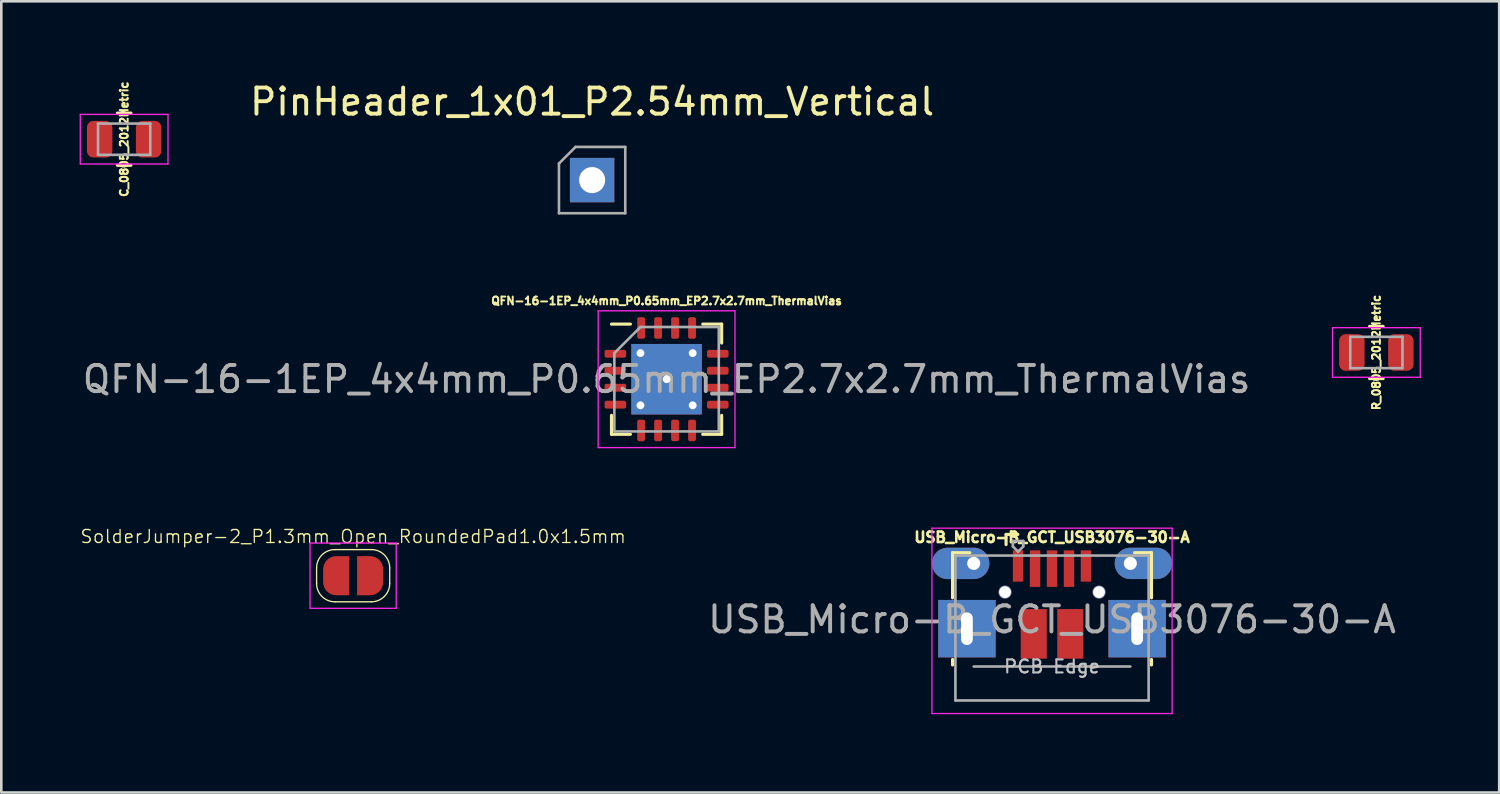
<source format=kicad_pcb>
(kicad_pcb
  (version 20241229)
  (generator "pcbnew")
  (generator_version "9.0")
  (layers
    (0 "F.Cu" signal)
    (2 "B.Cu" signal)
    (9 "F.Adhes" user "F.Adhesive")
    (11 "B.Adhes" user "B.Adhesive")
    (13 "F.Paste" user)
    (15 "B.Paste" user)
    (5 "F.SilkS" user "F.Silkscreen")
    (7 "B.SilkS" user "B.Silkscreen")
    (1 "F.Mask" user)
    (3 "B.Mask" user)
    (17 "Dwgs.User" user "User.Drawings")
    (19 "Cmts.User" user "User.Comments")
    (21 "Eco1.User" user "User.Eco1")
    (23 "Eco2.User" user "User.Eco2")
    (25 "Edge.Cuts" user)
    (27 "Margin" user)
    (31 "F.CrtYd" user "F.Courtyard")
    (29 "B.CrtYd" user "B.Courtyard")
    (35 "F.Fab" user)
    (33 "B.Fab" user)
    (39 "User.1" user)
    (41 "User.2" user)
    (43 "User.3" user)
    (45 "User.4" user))
  (footprint "PinHeader_1x01_P2.54mm_Vertical"
    (layer "F.Cu")
    (at 19.63 3.848)
    (property "Reference" "PinHeader_1x01_P2.54mm_Vertical" (at 0 -3 0) (layer "F.SilkS") (effects (font (size 1 1) (thickness 0.15))))
    (attr through_hole)
    (fp_line (start -1.27 -0.635) (end -0.635 -1.27) (stroke (width 0.1) (type solid)) (layer "F.Fab"))
    (fp_line (start -1.27 1.27) (end -1.27 -0.635) (stroke (width 0.1) (type solid)) (layer "F.Fab"))
    (fp_line (start -0.635 -1.27) (end 1.27 -1.27) (stroke (width 0.1) (type solid)) (layer "F.Fab"))
    (fp_line (start 1.27 -1.27) (end 1.27 1.27) (stroke (width 0.1) (type solid)) (layer "F.Fab"))
    (fp_line (start 1.27 1.27) (end -1.27 1.27) (stroke (width 0.1) (type solid)) (layer "F.Fab"))
    (pad "1" thru_hole rect (at 0 0) (size 1.7 1.7) (drill 1) (layers "*.Cu" "*.Mask")))
  (footprint "C_0805_2012Metric"
    (layer "F.Cu")
    (at 1.705 2.282)
    (property "Reference" "C_0805_2012Metric" (at 0 0 90) (layer "F.SilkS") (effects (font (size 0.3 0.3) (thickness 0.075))))
    (attr smd)
    (fp_line (start -0.259 -1) (end 0.259 -1) (stroke (width 0.12) (type solid)) (layer "F.SilkS"))
    (fp_line (start -0.259 1) (end 0.259 1) (stroke (width 0.12) (type solid)) (layer "F.SilkS"))
    (fp_line (start -1.68 -0.95) (end 1.68 -0.95) (stroke (width 0.05) (type solid)) (layer "F.CrtYd"))
    (fp_line (start -1.68 0.95) (end -1.68 -0.95) (stroke (width 0.05) (type solid)) (layer "F.CrtYd"))
    (fp_line (start 1.68 -0.95) (end 1.68 0.95) (stroke (width 0.05) (type solid)) (layer "F.CrtYd"))
    (fp_line (start 1.68 0.95) (end -1.68 0.95) (stroke (width 0.05) (type solid)) (layer "F.CrtYd"))
    (fp_line (start -1 -0.6) (end 1 -0.6) (stroke (width 0.1) (type solid)) (layer "F.Fab"))
    (fp_line (start -1 0.6) (end -1 -0.6) (stroke (width 0.1) (type solid)) (layer "F.Fab"))
    (fp_line (start 1 -0.6) (end 1 0.6) (stroke (width 0.1) (type solid)) (layer "F.Fab"))
    (fp_line (start 1 0.6) (end -1 0.6) (stroke (width 0.1) (type solid)) (layer "F.Fab"))
    (pad "1" smd roundrect (at -0.938 0) (size 0.975 1.4) (layers "F.Cu" "F.Mask" "F.Paste") (roundrect_rratio 0.25))
    (pad "2" smd roundrect (at 0.938 0) (size 0.975 1.4) (layers "F.Cu" "F.Mask" "F.Paste") (roundrect_rratio 0.25)))
  (footprint "SolderJumper-2_P1.3mm_Open_RoundedPad1.0x1.5mm"
    (layer "F.Cu")
    (at 10.477 19.001)
    (property "Reference" "SolderJumper-2_P1.3mm_Open_RoundedPad1.0x1.5mm" (at 0 -1.5 0) (layer "F.SilkS") (effects (font (size 0.5 0.5) (thickness 0.05))))
    (attr exclude_from_pos_files exclude_from_bom)
    (fp_line (start -1.4 0.3) (end -1.4 -0.3) (stroke (width 0.05) (type solid)) (layer "F.SilkS"))
    (fp_line (start -0.7 -1) (end 0.7 -1) (stroke (width 0.05) (type solid)) (layer "F.SilkS"))
    (fp_line (start 0.7 1) (end -0.7 1) (stroke (width 0.05) (type solid)) (layer "F.SilkS"))
    (fp_line (start 1.4 -0.3) (end 1.4 0.3) (stroke (width 0.05) (type solid)) (layer "F.SilkS"))
    (fp_arc (start -1.4 -0.3) (mid -1.194975 -0.794975) (end -0.7 -1) (stroke (width 0.05) (type solid)) (layer "F.SilkS"))
    (fp_arc (start -0.7 1) (mid -1.194975 0.794975) (end -1.4 0.3) (stroke (width 0.05) (type solid)) (layer "F.SilkS"))
    (fp_arc (start 0.7 -1) (mid 1.194975 -0.794975) (end 1.4 -0.3) (stroke (width 0.05) (type solid)) (layer "F.SilkS"))
    (fp_arc (start 1.4 0.3) (mid 1.194975 0.794975) (end 0.7 1) (stroke (width 0.05) (type solid)) (layer "F.SilkS"))
    (fp_line (start -1.65 -1.25) (end -1.65 1.25) (stroke (width 0.05) (type solid)) (layer "F.CrtYd"))
    (fp_line (start -1.65 -1.25) (end 1.65 -1.25) (stroke (width 0.05) (type solid)) (layer "F.CrtYd"))
    (fp_line (start 1.65 1.25) (end -1.65 1.25) (stroke (width 0.05) (type solid)) (layer "F.CrtYd"))
    (fp_line (start 1.65 1.25) (end 1.65 -1.25) (stroke (width 0.05) (type solid)) (layer "F.CrtYd"))
    (pad "1" smd custom (at -0.65 0) (size 1 0.5) (layers "F.Cu" "F.Mask") (options (anchor rect)) (primitives (gr_circle (center 0 0.25) (end 0.5 0.25) (width 0) (fill yes)) (gr_circle (center 0 -0.25) (end 0.5 -0.25) (width 0) (fill yes)) (gr_poly (pts (xy 0 -0.75) (xy 0.5 -0.75) (xy 0.5 0.75) (xy 0 0.75)) (width 0) (fill yes))))
    (pad "2" smd custom (at 0.65 0) (size 1 0.5) (layers "F.Cu" "F.Mask") (options (anchor rect)) (primitives (gr_circle (center 0 0.25) (end 0.5 0.25) (width 0) (fill yes)) (gr_circle (center 0 -0.25) (end 0.5 -0.25) (width 0) (fill yes)) (gr_poly (pts (xy 0 -0.75) (xy -0.5 -0.75) (xy -0.5 0.75) (xy 0 0.75)) (width 0) (fill yes)))))
  (footprint "R_0805_2012Metric"
    (layer "F.Cu")
    (at 49.669 10.451)
    (property "Reference" "R_0805_2012Metric" (at 0 0 90) (layer "F.SilkS") (effects (font (size 0.3 0.3) (thickness 0.075))))
    (attr smd)
    (fp_line (start -0.259 -1) (end 0.259 -1) (stroke (width 0.12) (type solid)) (layer "F.SilkS"))
    (fp_line (start -0.259 1) (end 0.259 1) (stroke (width 0.12) (type solid)) (layer "F.SilkS"))
    (fp_line (start -1.68 -0.95) (end 1.68 -0.95) (stroke (width 0.05) (type solid)) (layer "F.CrtYd"))
    (fp_line (start -1.68 0.95) (end -1.68 -0.95) (stroke (width 0.05) (type solid)) (layer "F.CrtYd"))
    (fp_line (start 1.68 -0.95) (end 1.68 0.95) (stroke (width 0.05) (type solid)) (layer "F.CrtYd"))
    (fp_line (start 1.68 0.95) (end -1.68 0.95) (stroke (width 0.05) (type solid)) (layer "F.CrtYd"))
    (fp_line (start -1 -0.6) (end 1 -0.6) (stroke (width 0.1) (type solid)) (layer "F.Fab"))
    (fp_line (start -1 0.6) (end -1 -0.6) (stroke (width 0.1) (type solid)) (layer "F.Fab"))
    (fp_line (start 1 -0.6) (end 1 0.6) (stroke (width 0.1) (type solid)) (layer "F.Fab"))
    (fp_line (start 1 0.6) (end -1 0.6) (stroke (width 0.1) (type solid)) (layer "F.Fab"))
    (pad "1" smd roundrect (at -0.938 0) (size 0.975 1.4) (layers "F.Cu" "F.Mask" "F.Paste") (roundrect_rratio 0.25))
    (pad "2" smd roundrect (at 0.938 0) (size 0.975 1.4) (layers "F.Cu" "F.Mask" "F.Paste") (roundrect_rratio 0.25)))
  (footprint "USB_Micro-B_GCT_USB3076-30-A"
    (layer "F.Cu")
    (at 37.246 21.03)
    (property "Reference" "USB_Micro-B_GCT_USB3076-30-A" (at 0 -3.5 0) (layer "F.SilkS") (effects (font (size 0.4 0.4) (thickness 0.1))))
    (attr smd)
    (fp_line (start -3.81 -2.91) (end -3.15 -2.91) (stroke (width 0.12) (type solid)) (layer "F.SilkS"))
    (fp_line (start -3.81 -1.18) (end -3.81 -2.91) (stroke (width 0.12) (type solid)) (layer "F.SilkS"))
    (fp_line (start -3.81 1.39) (end -3.81 1.18) (stroke (width 0.12) (type solid)) (layer "F.SilkS"))
    (fp_line (start -1.76 -3.61) (end -1.76 -3.22) (stroke (width 0.12) (type solid)) (layer "F.SilkS"))
    (fp_line (start -1.76 -3.61) (end -1.31 -3.61) (stroke (width 0.12) (type solid)) (layer "F.SilkS"))
    (fp_line (start 3.81 -2.91) (end 3.16 -2.91) (stroke (width 0.12) (type solid)) (layer "F.SilkS"))
    (fp_line (start 3.81 -1.18) (end 3.81 -2.91) (stroke (width 0.12) (type solid)) (layer "F.SilkS"))
    (fp_line (start 3.81 1.39) (end 3.81 1.18) (stroke (width 0.12) (type solid)) (layer "F.SilkS"))
    (fp_line (start -4.6 -3.85) (end 4.6 -3.85) (stroke (width 0.05) (type solid)) (layer "F.CrtYd"))
    (fp_line (start -4.6 3.25) (end -4.6 -3.85) (stroke (width 0.05) (type solid)) (layer "F.CrtYd"))
    (fp_line (start -4.6 3.25) (end 4.6 3.25) (stroke (width 0.05) (type solid)) (layer "F.CrtYd"))
    (fp_line (start 4.6 -3.85) (end 4.6 3.25) (stroke (width 0.05) (type solid)) (layer "F.CrtYd"))
    (fp_line (start -3.7 -2.8) (end 3.7 -2.8) (stroke (width 0.1) (type solid)) (layer "F.Fab"))
    (fp_line (start -3.7 2.75) (end -3.7 -2.8) (stroke (width 0.1) (type solid)) (layer "F.Fab"))
    (fp_line (start -3.7 2.75) (end 3.7 2.75) (stroke (width 0.1) (type solid)) (layer "F.Fab"))
    (fp_line (start -3 1.45) (end 3 1.45) (stroke (width 0.1) (type solid)) (layer "F.Fab"))
    (fp_line (start -1.5 -3.36) (end -1.5 -3.15) (stroke (width 0.1) (type solid)) (layer "F.Fab"))
    (fp_line (start -1.5 -3.36) (end -1.1 -3.36) (stroke (width 0.1) (type solid)) (layer "F.Fab"))
    (fp_line (start -1.3 -2.95) (end -1.5 -3.15) (stroke (width 0.1) (type solid)) (layer "F.Fab"))
    (fp_line (start -1.1 -3.36) (end -1.1 -3.15) (stroke (width 0.1) (type solid)) (layer "F.Fab"))
    (fp_line (start -1.1 -3.15) (end -1.3 -2.95) (stroke (width 0.1) (type solid)) (layer "F.Fab"))
    (fp_line (start 3.7 2.75) (end 3.7 -2.8) (stroke (width 0.1) (type solid)) (layer "F.Fab"))
    (fp_text user "PCB Edge" (at 0 1.45 0) (layer "Dwgs.User") (effects (font (size 0.5 0.5) (thickness 0.08))))
    (fp_text user "${REFERENCE}" (at 0 -0.35 0) (layer "F.Fab") (effects (font (size 1 1) (thickness 0.15))))
    (pad "" np_thru_hole circle (at -1.8 -1.4) (size 0.5 0.5) (drill 0.45) (layers "*.Cu"))
    (pad "" np_thru_hole circle (at 1.8 -1.4) (size 0.5 0.5) (drill 0.45) (layers "*.Cu"))
    (pad "1" smd rect (at -1.3 -2.4) (size 0.4 1.2) (layers "F.Cu" "F.Mask" "F.Paste"))
    (pad "2" smd rect (at -0.65 -2.3) (size 0.4 1.4) (layers "F.Cu" "F.Mask" "F.Paste"))
    (pad "3" smd rect (at 0 -2.3) (size 0.4 1.4) (layers "F.Cu" "F.Mask" "F.Paste"))
    (pad "4" smd rect (at 0.65 -2.3) (size 0.4 1.4) (layers "F.Cu" "F.Mask" "F.Paste"))
    (pad "5" smd rect (at 1.3 -2.4) (size 0.4 1.2) (layers "F.Cu" "F.Mask" "F.Paste"))
    (pad "6" thru_hole rect (at -3.26 0 180) (size 2.2 2.2) (drill oval 0.45 1.25) (layers "*.Cu" "*.Mask"))
    (pad "6" thru_hole oval (at -3 -2.5) (size 2.2 1.2) (drill 0.5 (offset -0.5 0)) (layers "*.Cu" "*.Mask"))
    (pad "6" smd rect (at -0.7 0.2) (size 1 1.9) (layers "F.Cu" "F.Mask" "F.Paste"))
    (pad "6" smd rect (at 0.7 0.2) (size 1 1.9) (layers "F.Cu" "F.Mask" "F.Paste"))
    (pad "6" thru_hole oval (at 3 -2.5 180) (size 2.2 1.2) (drill 0.5 (offset -0.5 0)) (layers "*.Cu" "*.Mask"))
    (pad "6" thru_hole rect (at 3.26 0) (size 2.2 2.2) (drill oval 0.45 1.25) (layers "*.Cu" "*.Mask")))
  (footprint "QFN-16-1EP_4x4mm_P0.65mm_EP2.7x2.7mm_ThermalVias"
    (layer "F.Cu")
    (at 22.482 11.475)
    (property "Reference" "QFN-16-1EP_4x4mm_P0.65mm_EP2.7x2.7mm_ThermalVias" (at 0 -3 0) (layer "F.SilkS") (effects (font (size 0.3 0.3) (thickness 0.075))))
    (attr smd)
    (fp_line (start -2.11 2.11) (end -2.11 1.385) (stroke (width 0.12) (type solid)) (layer "F.SilkS"))
    (fp_line (start -1.385 -2.11) (end -2.11 -2.11) (stroke (width 0.12) (type solid)) (layer "F.SilkS"))
    (fp_line (start -1.385 2.11) (end -2.11 2.11) (stroke (width 0.12) (type solid)) (layer "F.SilkS"))
    (fp_line (start 1.385 -2.11) (end 2.11 -2.11) (stroke (width 0.12) (type solid)) (layer "F.SilkS"))
    (fp_line (start 1.385 2.11) (end 2.11 2.11) (stroke (width 0.12) (type solid)) (layer "F.SilkS"))
    (fp_line (start 2.11 -2.11) (end 2.11 -1.385) (stroke (width 0.12) (type solid)) (layer "F.SilkS"))
    (fp_line (start 2.11 2.11) (end 2.11 1.385) (stroke (width 0.12) (type solid)) (layer "F.SilkS"))
    (fp_line (start -2.62 -2.62) (end -2.62 2.62) (stroke (width 0.05) (type solid)) (layer "F.CrtYd"))
    (fp_line (start -2.62 2.62) (end 2.62 2.62) (stroke (width 0.05) (type solid)) (layer "F.CrtYd"))
    (fp_line (start 2.62 -2.62) (end -2.62 -2.62) (stroke (width 0.05) (type solid)) (layer "F.CrtYd"))
    (fp_line (start 2.62 2.62) (end 2.62 -2.62) (stroke (width 0.05) (type solid)) (layer "F.CrtYd"))
    (fp_line (start -2 -1) (end -1 -2) (stroke (width 0.1) (type solid)) (layer "F.Fab"))
    (fp_line (start -2 2) (end -2 -1) (stroke (width 0.1) (type solid)) (layer "F.Fab"))
    (fp_line (start -1 -2) (end 2 -2) (stroke (width 0.1) (type solid)) (layer "F.Fab"))
    (fp_line (start 2 -2) (end 2 2) (stroke (width 0.1) (type solid)) (layer "F.Fab"))
    (fp_line (start 2 2) (end -2 2) (stroke (width 0.1) (type solid)) (layer "F.Fab"))
    (fp_text user "${REFERENCE}" (at 0 0 0) (layer "F.Fab") (effects (font (size 1 1) (thickness 0.15))))
    (pad "1" smd roundrect (at -1.962 -0.975) (size 0.825 0.3) (layers "F.Cu" "F.Mask" "F.Paste") (roundrect_rratio 0.25))
    (pad "2" smd roundrect (at -1.962 -0.325) (size 0.825 0.3) (layers "F.Cu" "F.Mask" "F.Paste") (roundrect_rratio 0.25))
    (pad "3" smd roundrect (at -1.962 0.325) (size 0.825 0.3) (layers "F.Cu" "F.Mask" "F.Paste") (roundrect_rratio 0.25))
    (pad "4" smd roundrect (at -1.962 0.975) (size 0.825 0.3) (layers "F.Cu" "F.Mask" "F.Paste") (roundrect_rratio 0.25))
    (pad "5" smd roundrect (at -0.975 1.962) (size 0.3 0.825) (layers "F.Cu" "F.Mask" "F.Paste") (roundrect_rratio 0.25))
    (pad "6" smd roundrect (at -0.325 1.962) (size 0.3 0.825) (layers "F.Cu" "F.Mask" "F.Paste") (roundrect_rratio 0.25))
    (pad "7" smd roundrect (at 0.325 1.962) (size 0.3 0.825) (layers "F.Cu" "F.Mask" "F.Paste") (roundrect_rratio 0.25))
    (pad "8" smd roundrect (at 0.975 1.962) (size 0.3 0.825) (layers "F.Cu" "F.Mask" "F.Paste") (roundrect_rratio 0.25))
    (pad "9" smd roundrect (at 1.962 0.975) (size 0.825 0.3) (layers "F.Cu" "F.Mask" "F.Paste") (roundrect_rratio 0.25))
    (pad "10" smd roundrect (at 1.962 0.325) (size 0.825 0.3) (layers "F.Cu" "F.Mask" "F.Paste") (roundrect_rratio 0.25))
    (pad "11" smd roundrect (at 1.962 -0.325) (size 0.825 0.3) (layers "F.Cu" "F.Mask" "F.Paste") (roundrect_rratio 0.25))
    (pad "12" smd roundrect (at 1.962 -0.975) (size 0.825 0.3) (layers "F.Cu" "F.Mask" "F.Paste") (roundrect_rratio 0.25))
    (pad "13" smd roundrect (at 0.975 -1.962) (size 0.3 0.825) (layers "F.Cu" "F.Mask" "F.Paste") (roundrect_rratio 0.25))
    (pad "14" smd roundrect (at 0.325 -1.962) (size 0.3 0.825) (layers "F.Cu" "F.Mask" "F.Paste") (roundrect_rratio 0.25))
    (pad "15" smd roundrect (at -0.325 -1.962) (size 0.3 0.825) (layers "F.Cu" "F.Mask" "F.Paste") (roundrect_rratio 0.25))
    (pad "16" smd roundrect (at -0.975 -1.962) (size 0.3 0.825) (layers "F.Cu" "F.Mask" "F.Paste") (roundrect_rratio 0.25))
    (pad "17" thru_hole circle (at -1 -1) (size 0.6 0.6) (drill 0.3) (layers "*.Cu"))
    (pad "17" thru_hole circle (at -1 1) (size 0.6 0.6) (drill 0.3) (layers "*.Cu"))
    (pad "17" thru_hole circle (at 0 0) (size 0.6 0.6) (drill 0.3) (layers "*.Cu"))
    (pad "17" smd rect (at 0 0) (size 2.7 2.7) (layers "F.Cu"))
    (pad "17" smd rect (at 0 0) (size 2.7 2.7) (layers "B.Cu"))
    (pad "17" thru_hole circle (at 1 -1) (size 0.6 0.6) (drill 0.3) (layers "*.Cu"))
    (pad "17" thru_hole circle (at 1 1) (size 0.6 0.6) (drill 0.3) (layers "*.Cu")))
  (gr_rect
    (start -3 -3)
    (end 54.374 27.305)
    (stroke (width 0.1) (type default))
    (fill no)
    (layer "Edge.Cuts")))
</source>
